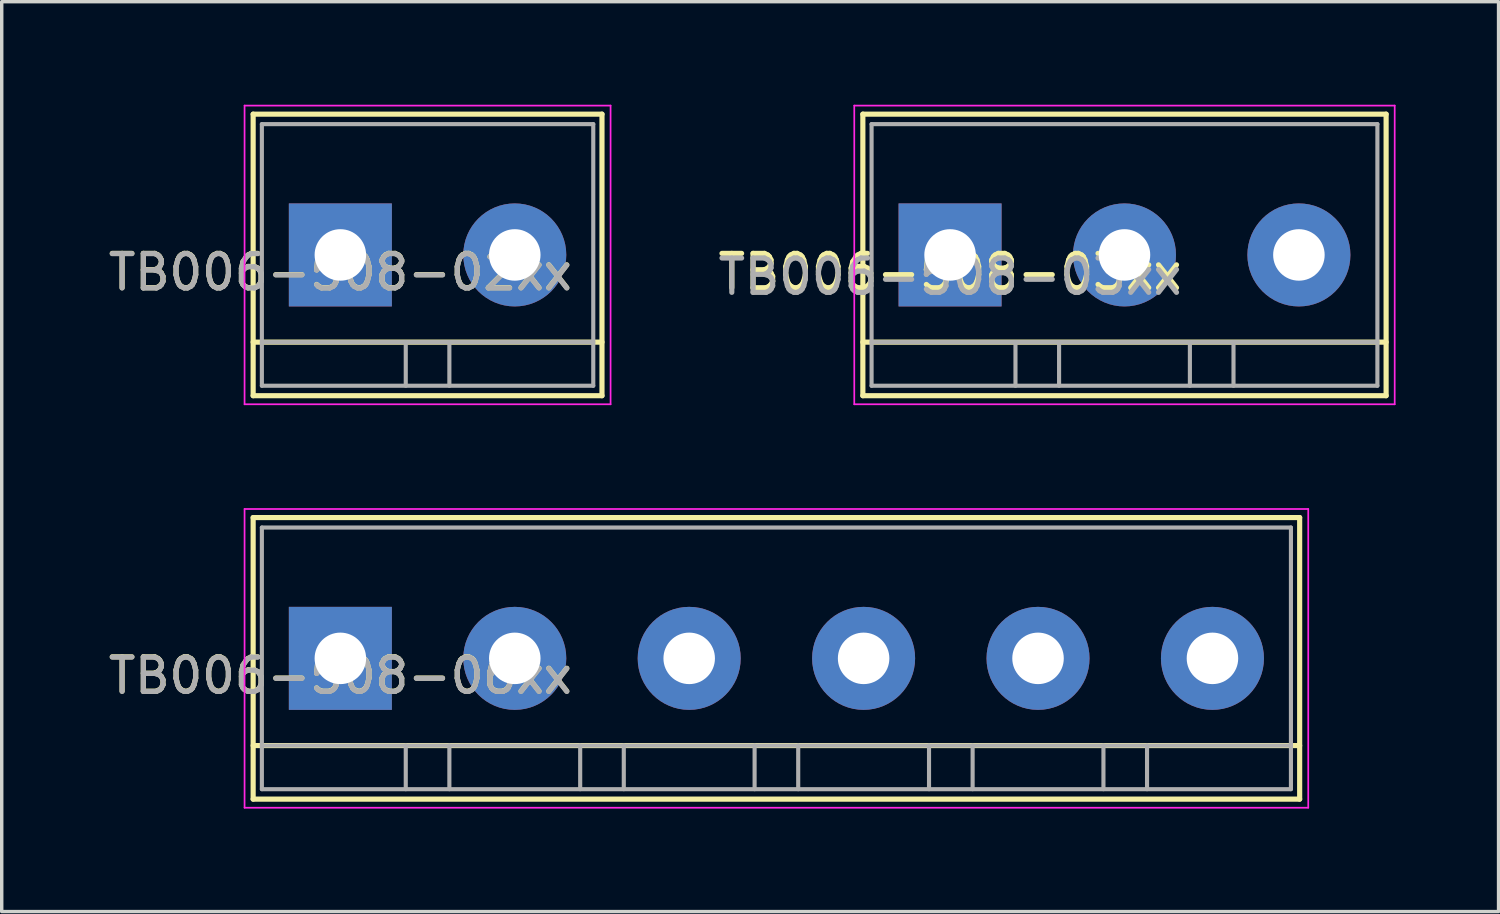
<source format=kicad_pcb>
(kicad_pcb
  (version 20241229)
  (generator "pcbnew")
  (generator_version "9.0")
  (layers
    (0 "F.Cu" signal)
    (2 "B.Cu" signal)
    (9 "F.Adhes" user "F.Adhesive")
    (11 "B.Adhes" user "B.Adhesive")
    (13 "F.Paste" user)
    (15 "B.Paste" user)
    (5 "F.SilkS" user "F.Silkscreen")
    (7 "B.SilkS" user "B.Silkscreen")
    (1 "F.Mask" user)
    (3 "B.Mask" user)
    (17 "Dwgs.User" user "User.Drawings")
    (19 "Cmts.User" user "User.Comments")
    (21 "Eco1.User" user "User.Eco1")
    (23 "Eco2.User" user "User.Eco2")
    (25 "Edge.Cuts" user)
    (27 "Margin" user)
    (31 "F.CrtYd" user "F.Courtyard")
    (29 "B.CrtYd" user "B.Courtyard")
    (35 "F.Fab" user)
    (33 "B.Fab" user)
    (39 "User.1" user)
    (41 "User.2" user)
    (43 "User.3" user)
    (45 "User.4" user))
  (footprint "TB006-508-02xx"
    (layer "F.Cu")
    (at 6.863 4.375)
    (property "Reference" "TB006-508-02xx" (at 0 0.5 0) (layer "F.SilkS") (effects (font (size 1 1) (thickness 0.15))))
    (attr through_hole)
    (fp_line (start -2.54 -4.1) (end -2.54 4.1) (stroke (width 0.15) (type solid)) (layer "F.SilkS"))
    (fp_line (start -2.54 2.54) (end 7.62 2.54) (stroke (width 0.15) (type solid)) (layer "F.SilkS"))
    (fp_line (start -2.54 4.1) (end 7.62 4.1) (stroke (width 0.15) (type solid)) (layer "F.SilkS"))
    (fp_line (start 7.62 -4.1) (end -2.54 -4.1) (stroke (width 0.15) (type solid)) (layer "F.SilkS"))
    (fp_line (start 7.62 4.1) (end 7.62 -4.1) (stroke (width 0.15) (type solid)) (layer "F.SilkS"))
    (fp_line (start -2.79 -4.35) (end 7.87 -4.35) (stroke (width 0.05) (type solid)) (layer "F.CrtYd"))
    (fp_line (start -2.79 4.35) (end -2.79 -4.35) (stroke (width 0.05) (type solid)) (layer "F.CrtYd"))
    (fp_line (start 7.87 -4.35) (end 7.87 4.35) (stroke (width 0.05) (type solid)) (layer "F.CrtYd"))
    (fp_line (start 7.87 4.35) (end -2.79 4.35) (stroke (width 0.05) (type solid)) (layer "F.CrtYd"))
    (fp_line (start -2.286 -3.81) (end 7.366 -3.81) (stroke (width 0.12) (type solid)) (layer "F.Fab"))
    (fp_line (start -2.286 2.54) (end 7.366 2.54) (stroke (width 0.12) (type solid)) (layer "F.Fab"))
    (fp_line (start -2.286 3.81) (end -2.286 -3.81) (stroke (width 0.12) (type solid)) (layer "F.Fab"))
    (fp_line (start 1.905 3.81) (end 1.905 2.54) (stroke (width 0.12) (type solid)) (layer "F.Fab"))
    (fp_line (start 3.175 3.81) (end 3.175 2.54) (stroke (width 0.12) (type solid)) (layer "F.Fab"))
    (fp_line (start 7.366 -3.81) (end 7.366 3.81) (stroke (width 0.12) (type solid)) (layer "F.Fab"))
    (fp_line (start 7.366 3.81) (end -2.286 3.81) (stroke (width 0.12) (type solid)) (layer "F.Fab"))
    (fp_text user "${REFERENCE}" (at 0 0.508 0) (layer "F.Fab") (effects (font (size 1 1) (thickness 0.15))))
    (pad "1" thru_hole rect (at 0 0) (size 3 3) (drill 1.5) (layers "*.Cu" "*.Mask"))
    (pad "2" thru_hole circle (at 5.08 0) (size 3 3) (drill 1.5) (layers "*.Cu" "*.Mask")))
  (footprint "TB006-508-06xx"
    (layer "F.Cu")
    (at 6.863 16.125)
    (property "Reference" "TB006-508-06xx" (at 0 0.5 0) (layer "F.SilkS") (effects (font (size 1 1) (thickness 0.15))))
    (attr through_hole)
    (fp_line (start -2.54 -4.1) (end 27.94 -4.1) (stroke (width 0.15) (type solid)) (layer "F.SilkS"))
    (fp_line (start -2.54 2.54) (end 27.94 2.54) (stroke (width 0.15) (type solid)) (layer "F.SilkS"))
    (fp_line (start -2.54 4.1) (end -2.54 -4.1) (stroke (width 0.15) (type solid)) (layer "F.SilkS"))
    (fp_line (start 27.94 -4.1) (end 27.94 4.1) (stroke (width 0.15) (type solid)) (layer "F.SilkS"))
    (fp_line (start 27.94 4.1) (end -2.54 4.1) (stroke (width 0.15) (type solid)) (layer "F.SilkS"))
    (fp_line (start -2.79 -4.35) (end 28.19 -4.35) (stroke (width 0.05) (type solid)) (layer "F.CrtYd"))
    (fp_line (start -2.79 4.35) (end -2.79 -4.35) (stroke (width 0.05) (type solid)) (layer "F.CrtYd"))
    (fp_line (start 28.19 -4.35) (end 28.19 4.35) (stroke (width 0.05) (type solid)) (layer "F.CrtYd"))
    (fp_line (start 28.19 4.35) (end -2.79 4.35) (stroke (width 0.05) (type solid)) (layer "F.CrtYd"))
    (fp_line (start -2.286 -3.81) (end 27.686 -3.81) (stroke (width 0.12) (type solid)) (layer "F.Fab"))
    (fp_line (start -2.286 2.54) (end 27.686 2.54) (stroke (width 0.12) (type solid)) (layer "F.Fab"))
    (fp_line (start -2.286 3.81) (end -2.286 -3.81) (stroke (width 0.12) (type solid)) (layer "F.Fab"))
    (fp_line (start 1.905 3.81) (end 1.905 2.54) (stroke (width 0.12) (type solid)) (layer "F.Fab"))
    (fp_line (start 3.175 3.81) (end 3.175 2.54) (stroke (width 0.12) (type solid)) (layer "F.Fab"))
    (fp_line (start 6.985 3.81) (end 6.985 2.54) (stroke (width 0.12) (type solid)) (layer "F.Fab"))
    (fp_line (start 8.255 3.81) (end 8.255 2.54) (stroke (width 0.12) (type solid)) (layer "F.Fab"))
    (fp_line (start 12.065 3.81) (end 12.065 2.54) (stroke (width 0.12) (type solid)) (layer "F.Fab"))
    (fp_line (start 13.335 3.81) (end 13.335 2.54) (stroke (width 0.12) (type solid)) (layer "F.Fab"))
    (fp_line (start 17.145 3.81) (end 17.145 2.54) (stroke (width 0.12) (type solid)) (layer "F.Fab"))
    (fp_line (start 18.415 3.81) (end 18.415 2.54) (stroke (width 0.12) (type solid)) (layer "F.Fab"))
    (fp_line (start 22.225 3.81) (end 22.225 2.54) (stroke (width 0.12) (type solid)) (layer "F.Fab"))
    (fp_line (start 23.495 3.81) (end 23.495 2.54) (stroke (width 0.12) (type solid)) (layer "F.Fab"))
    (fp_line (start 27.686 -3.81) (end 27.686 3.81) (stroke (width 0.12) (type solid)) (layer "F.Fab"))
    (fp_line (start 27.686 3.81) (end -2.286 3.81) (stroke (width 0.12) (type solid)) (layer "F.Fab"))
    (fp_text user "${REFERENCE}" (at 0 0.508 0) (layer "F.Fab") (effects (font (size 1 1) (thickness 0.15))))
    (pad "1" thru_hole rect (at 0 0) (size 3 3) (drill 1.5) (layers "*.Cu" "*.Mask"))
    (pad "2" thru_hole circle (at 5.08 0) (size 3 3) (drill 1.5) (layers "*.Cu" "*.Mask"))
    (pad "3" thru_hole circle (at 10.16 0) (size 3 3) (drill 1.5) (layers "*.Cu" "*.Mask"))
    (pad "4" thru_hole circle (at 15.24 0) (size 3 3) (drill 1.5) (layers "*.Cu" "*.Mask"))
    (pad "5" thru_hole circle (at 20.32 0) (size 3 3) (drill 1.5) (layers "*.Cu" "*.Mask"))
    (pad "6" thru_hole circle (at 25.4 0) (size 3 3) (drill 1.5) (layers "*.Cu" "*.Mask")))
  (footprint "TB006-508-03xx"
    (layer "F.Cu")
    (at 24.621 4.375)
    (property "Reference" "TB006-508-03xx" (at 0 0.5 0) (layer "F.SilkS") (effects (font (size 1 1) (thickness 0.15))))
    (attr through_hole)
    (fp_line (start -2.54 -4.1) (end 12.7 -4.1) (stroke (width 0.15) (type solid)) (layer "F.SilkS"))
    (fp_line (start -2.54 2.54) (end 12.7 2.54) (stroke (width 0.15) (type solid)) (layer "F.SilkS"))
    (fp_line (start -2.54 4.1) (end -2.54 -4.1) (stroke (width 0.15) (type solid)) (layer "F.SilkS"))
    (fp_line (start 12.7 -4.1) (end 12.7 4.1) (stroke (width 0.15) (type solid)) (layer "F.SilkS"))
    (fp_line (start 12.7 4.1) (end -2.54 4.1) (stroke (width 0.15) (type solid)) (layer "F.SilkS"))
    (fp_line (start -2.79 -4.35) (end 12.95 -4.35) (stroke (width 0.05) (type solid)) (layer "F.CrtYd"))
    (fp_line (start -2.79 4.35) (end -2.79 -4.35) (stroke (width 0.05) (type solid)) (layer "F.CrtYd"))
    (fp_line (start 12.95 -4.35) (end 12.95 4.35) (stroke (width 0.05) (type solid)) (layer "F.CrtYd"))
    (fp_line (start 12.95 4.35) (end -2.79 4.35) (stroke (width 0.05) (type solid)) (layer "F.CrtYd"))
    (fp_line (start -2.286 -3.81) (end 12.446 -3.81) (stroke (width 0.12) (type solid)) (layer "F.Fab"))
    (fp_line (start -2.286 2.54) (end 12.446 2.54) (stroke (width 0.12) (type solid)) (layer "F.Fab"))
    (fp_line (start -2.286 3.81) (end -2.286 -3.81) (stroke (width 0.12) (type solid)) (layer "F.Fab"))
    (fp_line (start 1.905 3.81) (end 1.905 2.54) (stroke (width 0.12) (type solid)) (layer "F.Fab"))
    (fp_line (start 3.175 3.81) (end 3.175 2.54) (stroke (width 0.12) (type solid)) (layer "F.Fab"))
    (fp_line (start 6.985 3.81) (end 6.985 2.54) (stroke (width 0.12) (type solid)) (layer "F.Fab"))
    (fp_line (start 8.255 3.81) (end 8.255 2.54) (stroke (width 0.12) (type solid)) (layer "F.Fab"))
    (fp_line (start 12.446 -3.81) (end 12.446 3.81) (stroke (width 0.12) (type solid)) (layer "F.Fab"))
    (fp_line (start 12.446 3.81) (end -2.286 3.81) (stroke (width 0.12) (type solid)) (layer "F.Fab"))
    (fp_text user "${REFERENCE}" (at 0 0.635 0) (layer "F.Fab") (effects (font (size 1 1) (thickness 0.15))))
    (pad "1" thru_hole rect (at 0 0) (size 3 3) (drill 1.5) (layers "*.Cu" "*.Mask"))
    (pad "2" thru_hole circle (at 5.08 0) (size 3 3) (drill 1.5) (layers "*.Cu" "*.Mask"))
    (pad "3" thru_hole circle (at 10.16 0) (size 3 3) (drill 1.5) (layers "*.Cu" "*.Mask")))
  (gr_rect
    (start -3 -3)
    (end 40.596 23.5)
    (stroke (width 0.1) (type default))
    (fill no)
    (layer "Edge.Cuts")))
</source>
